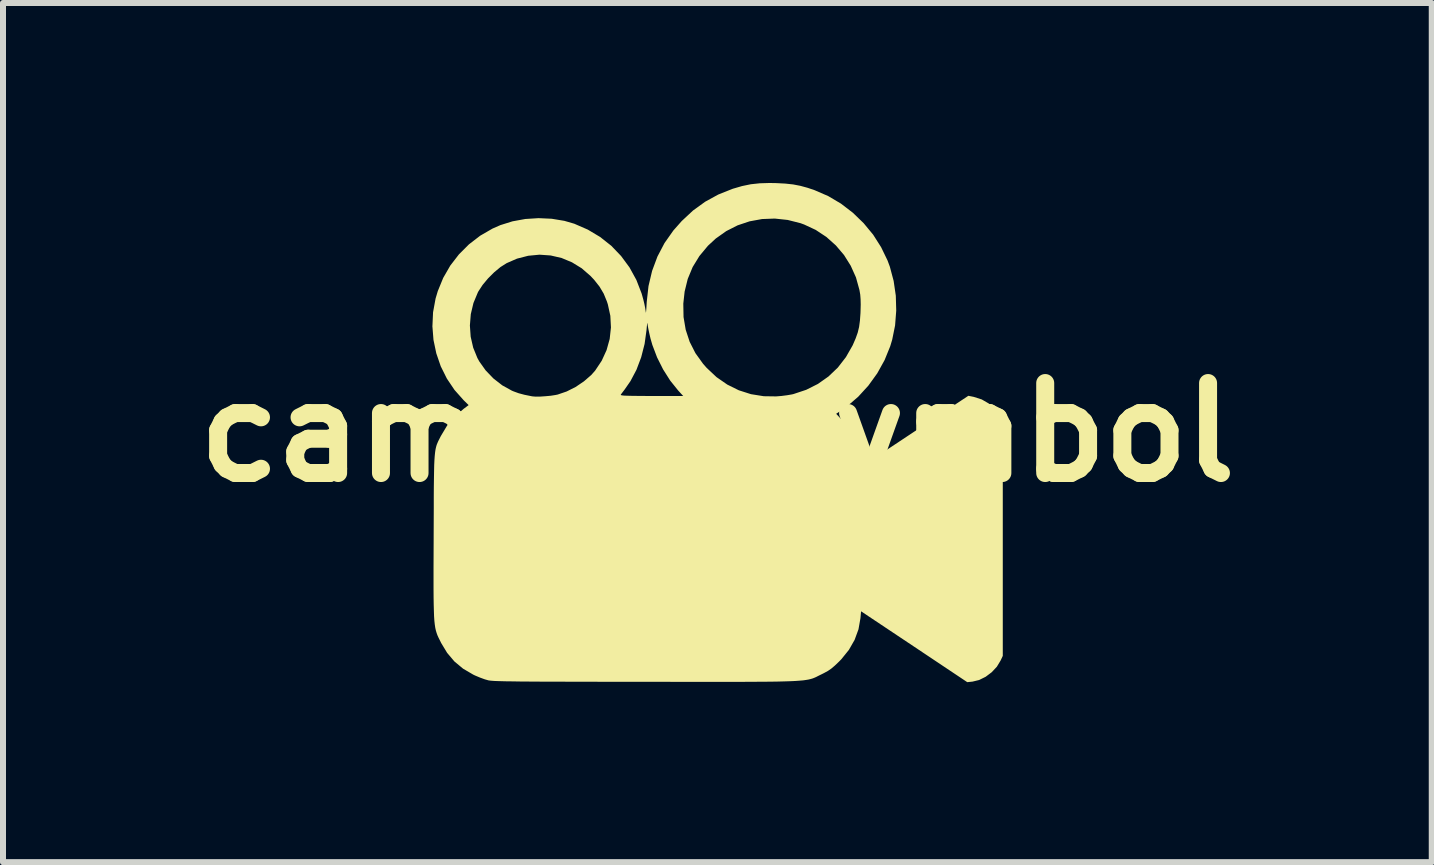
<source format=kicad_pcb>
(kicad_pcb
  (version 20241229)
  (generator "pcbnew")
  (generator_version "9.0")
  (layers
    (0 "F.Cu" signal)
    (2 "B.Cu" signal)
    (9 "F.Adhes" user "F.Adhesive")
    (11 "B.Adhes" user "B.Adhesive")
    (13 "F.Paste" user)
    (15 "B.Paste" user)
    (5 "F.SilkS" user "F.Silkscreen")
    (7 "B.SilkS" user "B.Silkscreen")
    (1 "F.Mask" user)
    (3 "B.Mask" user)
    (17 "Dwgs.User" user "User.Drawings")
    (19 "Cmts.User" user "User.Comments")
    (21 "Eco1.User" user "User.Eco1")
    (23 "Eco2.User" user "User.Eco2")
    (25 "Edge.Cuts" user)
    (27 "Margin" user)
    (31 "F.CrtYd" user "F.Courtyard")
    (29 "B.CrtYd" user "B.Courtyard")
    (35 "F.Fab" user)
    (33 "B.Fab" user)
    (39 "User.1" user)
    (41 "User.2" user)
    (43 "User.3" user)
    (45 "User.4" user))
  (footprint "camera_symbol"
    (layer "F.Cu")
    (at 8.907 4.156)
    (property "Reference" "camera_symbol" (at 0 0 0) (layer "F.SilkS") (effects (font (size 1.5 1.5) (thickness 0.3))))
    (attr board_only exclude_from_pos_files exclude_from_bom)
    (fp_poly (pts (xy 0.983 -4.154) (xy 1.133 -4.146) (xy 1.262 -4.132) (xy 1.382 -4.109) (xy 1.503 -4.076) (xy 1.621 -4.036) (xy 1.847 -3.938) (xy 2.06 -3.812) (xy 2.258 -3.66) (xy 2.437 -3.487) (xy 2.596 -3.295) (xy 2.729 -3.086) (xy 2.836 -2.865) (xy 2.875 -2.76) (xy 2.938 -2.523) (xy 2.974 -2.277) (xy 2.981 -2.029) (xy 2.962 -1.782) (xy 2.914 -1.545) (xy 2.881 -1.435) (xy 2.787 -1.204) (xy 2.665 -0.984) (xy 2.517 -0.779) (xy 2.348 -0.594) (xy 2.16 -0.432) (xy 2.067 -0.366) (xy 1.98 -0.309) (xy 2.078 -0.204) (xy 2.197 -0.054) (xy 2.288 0.111) (xy 2.351 0.293) (xy 2.38 0.438) (xy 2.4 0.573) (xy 3.291 -0.018) (xy 4.183 -0.609) (xy 4.273 -0.591) (xy 4.407 -0.548) (xy 4.526 -0.479) (xy 4.626 -0.385) (xy 4.703 -0.271) (xy 4.713 -0.25) (xy 4.757 -0.156) (xy 4.757 1.785) (xy 4.757 3.726) (xy 4.721 3.803) (xy 4.658 3.907) (xy 4.573 3.998) (xy 4.472 4.074) (xy 4.363 4.128) (xy 4.252 4.155) (xy 4.251 4.155) (xy 4.165 4.164) (xy 3.28 3.573) (xy 2.395 2.983) (xy 2.385 3.096) (xy 2.352 3.283) (xy 2.287 3.46) (xy 2.192 3.626) (xy 2.066 3.782) (xy 2.031 3.818) (xy 1.96 3.886) (xy 1.9 3.937) (xy 1.842 3.977) (xy 1.774 4.014) (xy 1.734 4.034) (xy 1.701 4.05) (xy 1.671 4.065) (xy 1.644 4.079) (xy 1.616 4.091) (xy 1.588 4.102) (xy 1.557 4.111) (xy 1.521 4.12) (xy 1.479 4.127) (xy 1.43 4.134) (xy 1.371 4.139) (xy 1.302 4.144) (xy 1.22 4.148) (xy 1.124 4.151) (xy 1.012 4.154) (xy 0.883 4.156) (xy 0.735 4.157) (xy 0.567 4.158) (xy 0.376 4.159) (xy 0.162 4.159) (xy -0.077 4.159) (xy -0.344 4.159) (xy -0.639 4.159) (xy -0.964 4.158) (xy -1.182 4.158) (xy -1.528 4.158) (xy -1.843 4.158) (xy -2.128 4.157) (xy -2.385 4.157) (xy -2.614 4.156) (xy -2.819 4.156) (xy -2.999 4.155) (xy -3.157 4.154) (xy -3.294 4.153) (xy -3.411 4.151) (xy -3.511 4.15) (xy -3.593 4.148) (xy -3.661 4.146) (xy -3.715 4.144) (xy -3.757 4.141) (xy -3.788 4.138) (xy -3.81 4.135) (xy -3.816 4.134) (xy -3.879 4.116) (xy -3.958 4.087) (xy -4.039 4.053) (xy -4.07 4.038) (xy -4.239 3.939) (xy -4.383 3.819) (xy -4.504 3.676) (xy -4.605 3.509) (xy -4.611 3.496) (xy -4.632 3.454) (xy -4.651 3.416) (xy -4.667 3.38) (xy -4.68 3.343) (xy -4.692 3.303) (xy -4.702 3.258) (xy -4.71 3.205) (xy -4.717 3.142) (xy -4.722 3.068) (xy -4.725 2.979) (xy -4.728 2.874) (xy -4.73 2.75) (xy -4.731 2.604) (xy -4.731 2.436) (xy -4.731 2.242) (xy -4.73 2.019) (xy -4.729 1.767) (xy -4.729 1.73) (xy -4.728 1.481) (xy -4.727 1.263) (xy -4.727 1.072) (xy -4.726 0.907) (xy -4.724 0.766) (xy -4.722 0.647) (xy -4.72 0.546) (xy -4.716 0.462) (xy -4.711 0.392) (xy -4.705 0.334) (xy -4.698 0.286) (xy -4.689 0.246) (xy -4.679 0.21) (xy -4.666 0.178) (xy -4.652 0.146) (xy -4.635 0.113) (xy -4.616 0.075) (xy -4.608 0.06) (xy -4.507 -0.109) (xy -4.382 -0.258) (xy -4.23 -0.391) (xy -4.222 -0.397) (xy -4.146 -0.454) (xy -4.228 -0.534) (xy -4.381 -0.706) (xy -4.509 -0.896) (xy -4.611 -1.101) (xy -4.685 -1.317) (xy -4.732 -1.541) (xy -4.75 -1.77) (xy -4.749 -1.781) (xy -4.125 -1.781) (xy -4.112 -1.594) (xy -4.07 -1.411) (xy -4 -1.239) (xy -3.968 -1.181) (xy -3.862 -1.032) (xy -3.732 -0.897) (xy -3.585 -0.783) (xy -3.426 -0.695) (xy -3.398 -0.683) (xy -3.313 -0.652) (xy -3.216 -0.626) (xy -3.097 -0.602) (xy -3.079 -0.599) (xy -3.026 -0.595) (xy -2.951 -0.596) (xy -2.864 -0.602) (xy -2.777 -0.61) (xy -2.7 -0.622) (xy -2.68 -0.626) (xy -1.611 -0.626) (xy -1.608 -0.621) (xy -1.59 -0.616) (xy -1.555 -0.612) (xy -1.499 -0.61) (xy -1.419 -0.608) (xy -1.314 -0.607) (xy -1.18 -0.606) (xy -1.097 -0.606) (xy -0.57 -0.606) (xy -0.655 -0.699) (xy -0.786 -0.862) (xy -0.904 -1.048) (xy -1.005 -1.249) (xy -1.084 -1.457) (xy -1.115 -1.565) (xy -1.134 -1.646) (xy -1.15 -1.721) (xy -1.161 -1.781) (xy -1.165 -1.815) (xy -1.167 -1.825) (xy -1.171 -1.806) (xy -1.176 -1.762) (xy -1.181 -1.705) (xy -1.213 -1.474) (xy -1.27 -1.251) (xy -1.349 -1.042) (xy -1.449 -0.853) (xy -1.547 -0.712) (xy -1.579 -0.67) (xy -1.604 -0.637) (xy -1.611 -0.626) (xy -2.68 -0.626) (xy -2.661 -0.63) (xy -2.512 -0.681) (xy -2.363 -0.756) (xy -2.224 -0.85) (xy -2.103 -0.955) (xy -2.038 -1.028) (xy -1.928 -1.193) (xy -1.847 -1.37) (xy -1.795 -1.556) (xy -1.774 -1.748) (xy -1.784 -1.942) (xy -1.826 -2.134) (xy -1.842 -2.183) (xy -1.895 -2.312) (xy -1.964 -2.428) (xy -2.053 -2.541) (xy -2.113 -2.605) (xy -2.261 -2.734) (xy -2.424 -2.834) (xy -2.597 -2.906) (xy -2.779 -2.948) (xy -2.965 -2.961) (xy -3.153 -2.943) (xy -3.34 -2.895) (xy -3.512 -2.82) (xy -3.615 -2.755) (xy -3.721 -2.667) (xy -3.823 -2.565) (xy -3.913 -2.457) (xy -3.983 -2.35) (xy -3.993 -2.331) (xy -4.066 -2.155) (xy -4.11 -1.97) (xy -4.125 -1.781) (xy -4.749 -1.781) (xy -4.739 -2.001) (xy -4.697 -2.23) (xy -4.66 -2.354) (xy -4.57 -2.574) (xy -4.452 -2.779) (xy -4.308 -2.966) (xy -4.141 -3.133) (xy -3.954 -3.277) (xy -3.748 -3.396) (xy -3.616 -3.454) (xy -3.415 -3.517) (xy -3.201 -3.556) (xy -2.981 -3.57) (xy -2.762 -3.56) (xy -2.55 -3.525) (xy -2.385 -3.477) (xy -2.16 -3.379) (xy -1.954 -3.256) (xy -1.768 -3.109) (xy -1.605 -2.939) (xy -1.465 -2.749) (xy -1.35 -2.54) (xy -1.263 -2.315) (xy -1.235 -2.216) (xy -1.217 -2.141) (xy -1.203 -2.071) (xy -1.195 -2.018) (xy -1.193 -2) (xy -1.191 -1.994) (xy -1.188 -2.016) (xy -1.184 -2.064) (xy -1.18 -2.132) (xy -1.179 -2.145) (xy -0.568 -2.145) (xy -0.564 -1.922) (xy -0.528 -1.71) (xy -0.462 -1.509) (xy -0.366 -1.32) (xy -0.239 -1.143) (xy -0.178 -1.074) (xy -0.014 -0.92) (xy 0.165 -0.796) (xy 0.357 -0.701) (xy 0.56 -0.636) (xy 0.773 -0.602) (xy 0.978 -0.599) (xy 1.066 -0.606) (xy 1.16 -0.618) (xy 1.242 -0.632) (xy 1.268 -0.638) (xy 1.481 -0.709) (xy 1.676 -0.807) (xy 1.852 -0.931) (xy 2.008 -1.08) (xy 2.142 -1.253) (xy 2.253 -1.447) (xy 2.259 -1.46) (xy 2.305 -1.566) (xy 2.339 -1.662) (xy 2.362 -1.757) (xy 2.376 -1.861) (xy 2.385 -1.986) (xy 2.386 -2.016) (xy 2.389 -2.128) (xy 2.387 -2.218) (xy 2.381 -2.296) (xy 2.368 -2.372) (xy 2.367 -2.376) (xy 2.31 -2.582) (xy 2.223 -2.776) (xy 2.111 -2.955) (xy 1.974 -3.116) (xy 1.816 -3.257) (xy 1.639 -3.374) (xy 1.446 -3.464) (xy 1.386 -3.486) (xy 1.172 -3.54) (xy 0.957 -3.563) (xy 0.745 -3.555) (xy 0.537 -3.517) (xy 0.337 -3.45) (xy 0.148 -3.354) (xy -0.027 -3.23) (xy -0.158 -3.109) (xy -0.3 -2.938) (xy -0.412 -2.755) (xy -0.494 -2.557) (xy -0.546 -2.346) (xy -0.568 -2.145) (xy -1.179 -2.145) (xy -1.178 -2.17) (xy -1.148 -2.438) (xy -1.088 -2.691) (xy -0.999 -2.93) (xy -0.881 -3.155) (xy -0.733 -3.365) (xy -0.594 -3.522) (xy -0.405 -3.698) (xy -0.203 -3.844) (xy 0.014 -3.963) (xy 0.249 -4.057) (xy 0.261 -4.061) (xy 0.412 -4.105) (xy 0.557 -4.135) (xy 0.706 -4.151) (xy 0.869 -4.156)) (stroke (width 0) (type solid)) (fill yes) (layer "F.SilkS")))
  (gr_rect
    (start -3 -3)
    (end 20.814 11.32)
    (stroke (width 0.1) (type default))
    (fill no)
    (layer "Edge.Cuts")))
</source>
